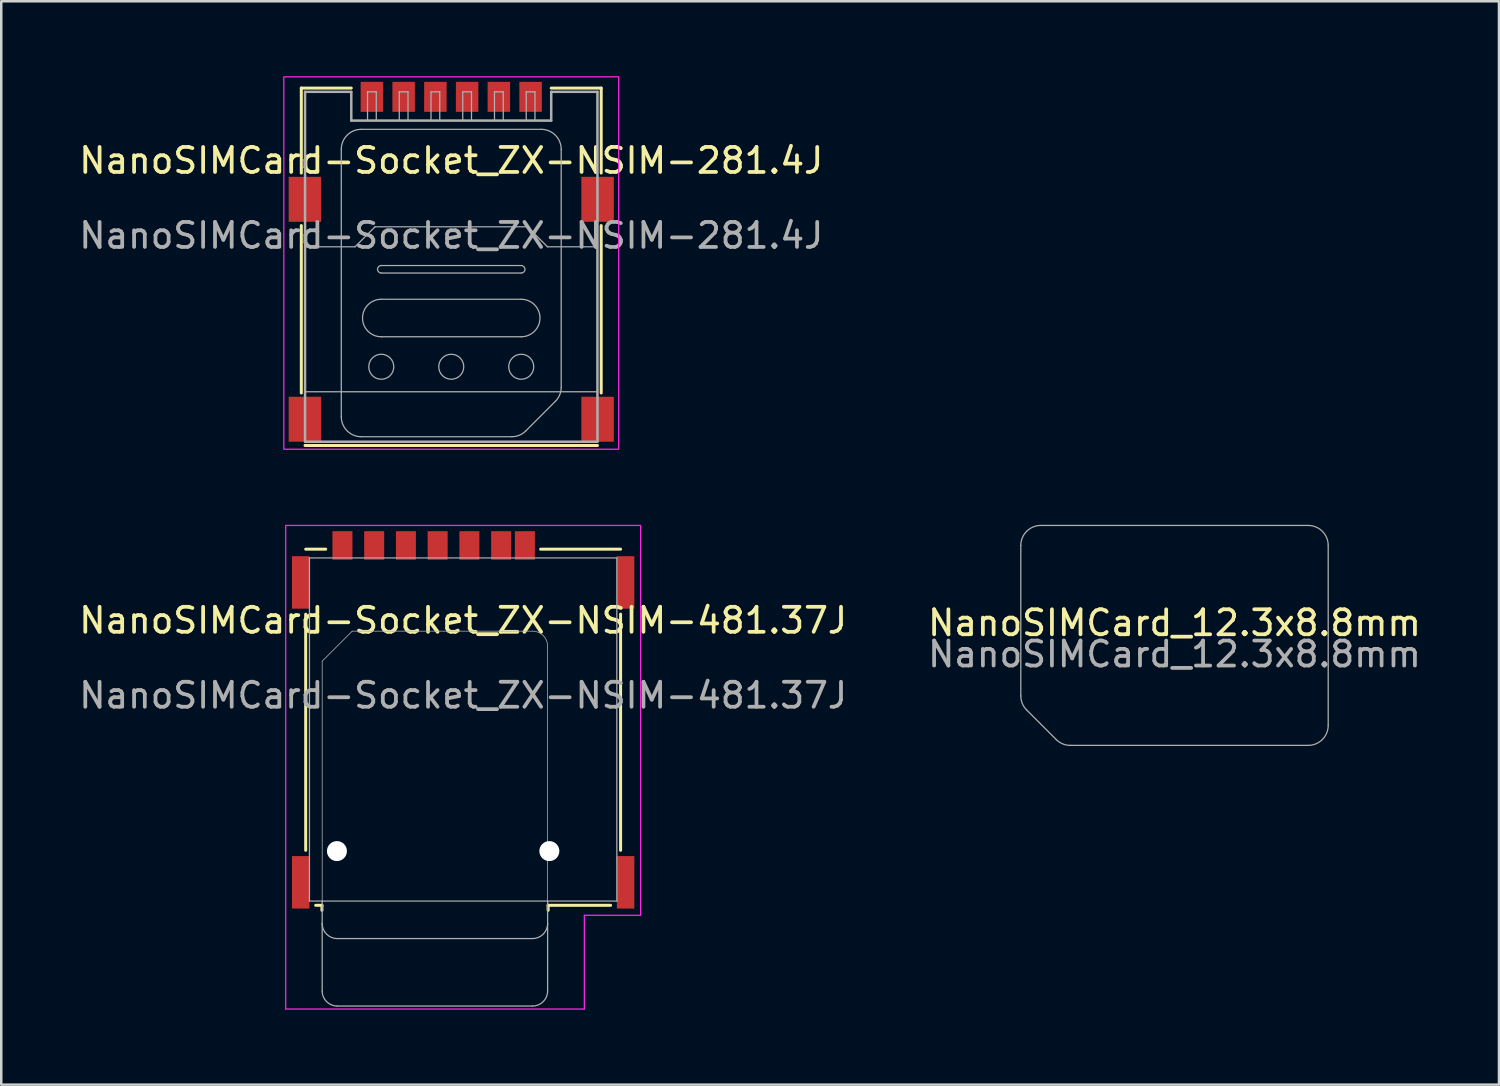
<source format=kicad_pcb>
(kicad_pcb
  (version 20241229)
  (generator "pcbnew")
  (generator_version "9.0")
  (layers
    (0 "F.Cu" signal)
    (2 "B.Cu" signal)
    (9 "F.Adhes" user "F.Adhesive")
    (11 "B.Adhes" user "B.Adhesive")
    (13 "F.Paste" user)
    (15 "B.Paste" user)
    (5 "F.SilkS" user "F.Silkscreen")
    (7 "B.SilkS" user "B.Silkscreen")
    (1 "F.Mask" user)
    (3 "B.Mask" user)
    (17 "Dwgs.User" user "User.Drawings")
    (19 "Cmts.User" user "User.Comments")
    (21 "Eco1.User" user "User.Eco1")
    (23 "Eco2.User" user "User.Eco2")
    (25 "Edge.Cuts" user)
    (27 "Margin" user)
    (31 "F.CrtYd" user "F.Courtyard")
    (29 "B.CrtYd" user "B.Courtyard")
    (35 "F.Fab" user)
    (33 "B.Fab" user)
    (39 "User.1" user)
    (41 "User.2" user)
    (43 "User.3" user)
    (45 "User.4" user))
  (footprint "NanoSIMCard_12.3x8.8mm"
    (layer "F.Cu")
    (at 43.946 22.375)
    (property "Reference" "NanoSIMCard_12.3x8.8mm" (at 0 -0.5 0) (unlocked yes) (layer "F.SilkS") (effects (font (size 1 1) (thickness 0.15))))
    (attr smd)
    (fp_line (start -6.15 -3.6) (end -6.15 2.423) (stroke (width 0.05) (type solid)) (layer "F.Fab"))
    (fp_line (start -4.73 4.17) (end -5.917 2.983) (stroke (width 0.05) (type solid)) (layer "F.Fab"))
    (fp_line (start -4.173 4.4) (end 5.35 4.4) (stroke (width 0.05) (type solid)) (layer "F.Fab"))
    (fp_line (start 5.35 -4.4) (end -5.35 -4.4) (stroke (width 0.05) (type solid)) (layer "F.Fab"))
    (fp_line (start 6.15 3.6) (end 6.15 -3.6) (stroke (width 0.05) (type solid)) (layer "F.Fab"))
    (fp_arc (start -6.15 -3.6) (mid -5.915685 -4.165685) (end -5.35 -4.4) (stroke (width 0.05) (type solid)) (layer "F.Fab"))
    (fp_arc (start -5.916999 2.982999) (mid -6.089429 2.726147) (end -6.150002 2.422772) (stroke (width 0.05) (type solid)) (layer "F.Fab"))
    (fp_arc (start -4.172772 4.400001) (mid -4.474187 4.34024) (end -4.729999 4.169999) (stroke (width 0.05) (type solid)) (layer "F.Fab"))
    (fp_arc (start 5.35 -4.4) (mid 5.915685 -4.165685) (end 6.15 -3.6) (stroke (width 0.05) (type solid)) (layer "F.Fab"))
    (fp_arc (start 6.15 3.6) (mid 5.915685 4.165685) (end 5.35 4.4) (stroke (width 0.05) (type solid)) (layer "F.Fab"))
    (fp_text user "${REFERENCE}" (at 0 0.75 0) (unlocked yes) (layer "F.Fab") (effects (font (size 1 1) (thickness 0.15)))))
  (footprint "NanoSIMCard-Socket_ZX-NSIM-481.37J"
    (layer "F.Cu")
    (at 15.482 18.775)
    (property "Reference" "NanoSIMCard-Socket_ZX-NSIM-481.37J" (at 0 3 0) (unlocked yes) (layer "F.SilkS") (effects (font (size 1 1) (thickness 0.15))))
    (attr smd)
    (fp_line (start -6.3 0.15) (end -5.5 0.15) (stroke (width 0.12) (type solid)) (layer "F.SilkS"))
    (fp_line (start -6.3 2.75) (end -6.3 12.2) (stroke (width 0.12) (type solid)) (layer "F.SilkS"))
    (fp_line (start -5.9 14.4) (end -5.65 14.4) (stroke (width 0.12) (type solid)) (layer "F.SilkS"))
    (fp_line (start -5.65 14.4) (end -5.65 14.6) (stroke (width 0.12) (type solid)) (layer "F.SilkS"))
    (fp_line (start 3.1 0.15) (end 6.3 0.15) (stroke (width 0.12) (type solid)) (layer "F.SilkS"))
    (fp_line (start 3.4 14.4) (end 3.4 14.6) (stroke (width 0.12) (type solid)) (layer "F.SilkS"))
    (fp_line (start 3.4 14.4) (end 5.9 14.4) (stroke (width 0.12) (type solid)) (layer "F.SilkS"))
    (fp_line (start 6.3 2.75) (end 6.3 12.2) (stroke (width 0.12) (type solid)) (layer "F.SilkS"))
    (fp_line (start -7.1 -0.8) (end 7.1 -0.8) (stroke (width 0.05) (type solid)) (layer "F.CrtYd"))
    (fp_line (start -7.1 18.55) (end -7.1 -0.8) (stroke (width 0.05) (type solid)) (layer "F.CrtYd"))
    (fp_line (start 4.85 14.8) (end 4.85 18.55) (stroke (width 0.05) (type solid)) (layer "F.CrtYd"))
    (fp_line (start 4.85 18.55) (end -7.1 18.55) (stroke (width 0.05) (type solid)) (layer "F.CrtYd"))
    (fp_line (start 7.1 -0.8) (end 7.1 14.8) (stroke (width 0.05) (type solid)) (layer "F.CrtYd"))
    (fp_line (start 7.1 14.8) (end 4.85 14.8) (stroke (width 0.05) (type solid)) (layer "F.CrtYd"))
    (fp_line (start -6.15 0.5) (end -6.15 14.23) (stroke (width 0.05) (type solid)) (layer "F.Fab"))
    (fp_line (start -6.15 0.5) (end 6.15 0.5) (stroke (width 0.05) (type solid)) (layer "F.Fab"))
    (fp_line (start -6.15 14.23) (end 6.15 14.23) (stroke (width 0.05) (type solid)) (layer "F.Fab"))
    (fp_line (start -5.64 4.63) (end -5.64 14.23) (stroke (width 0.03) (type solid)) (layer "F.Fab"))
    (fp_line (start -5.64 4.63) (end -4.44 3.43) (stroke (width 0.03) (type solid)) (layer "F.Fab"))
    (fp_line (start -5.64 15.13) (end -5.64 14.23) (stroke (width 0.05) (type solid)) (layer "F.Fab"))
    (fp_line (start -5.64 17.83) (end -5.64 15.13) (stroke (width 0.05) (type solid)) (layer "F.Fab"))
    (fp_line (start -5.04 15.73) (end 2.78 15.73) (stroke (width 0.05) (type solid)) (layer "F.Fab"))
    (fp_line (start -5.04 18.43) (end 2.78 18.43) (stroke (width 0.05) (type solid)) (layer "F.Fab"))
    (fp_line (start 2.78 3.43) (end -4.44 3.43) (stroke (width 0.03) (type solid)) (layer "F.Fab"))
    (fp_line (start 3.38 4.03) (end 3.38 14.23) (stroke (width 0.03) (type solid)) (layer "F.Fab"))
    (fp_line (start 3.38 15.13) (end 3.38 14.23) (stroke (width 0.05) (type solid)) (layer "F.Fab"))
    (fp_line (start 3.38 17.83) (end 3.38 15.13) (stroke (width 0.05) (type solid)) (layer "F.Fab"))
    (fp_line (start 6.15 0.5) (end 6.15 14.23) (stroke (width 0.05) (type solid)) (layer "F.Fab"))
    (fp_arc (start -5.04 15.73) (mid -5.464264 15.554264) (end -5.64 15.13) (stroke (width 0.05) (type solid)) (layer "F.Fab"))
    (fp_arc (start -5.04 18.43) (mid -5.464264 18.254264) (end -5.64 17.83) (stroke (width 0.05) (type solid)) (layer "F.Fab"))
    (fp_arc (start 2.78 3.43) (mid 3.204263 3.605737) (end 3.38 4.03) (stroke (width 0.03) (type solid)) (layer "F.Fab"))
    (fp_arc (start 3.38 15.13) (mid 3.204264 15.554264) (end 2.78 15.73) (stroke (width 0.05) (type solid)) (layer "F.Fab"))
    (fp_arc (start 3.38 17.83) (mid 3.204264 18.254264) (end 2.78 18.43) (stroke (width 0.05) (type solid)) (layer "F.Fab"))
    (fp_text user "${REFERENCE}" (at 0 6 0) (unlocked yes) (layer "F.Fab") (effects (font (size 1 1) (thickness 0.15))))
    (pad "" smd rect (at -6.5 1.48) (size 0.7 2.1) (layers "F.Cu" "F.Mask" "F.Paste"))
    (pad "" smd rect (at -6.5 13.48) (size 0.7 2.1) (layers "F.Cu" "F.Mask" "F.Paste"))
    (pad "" np_thru_hole circle (at -5.05 12.23) (size 0.8 0.8) (drill 0.8) (layers "*.Cu" "*.Mask"))
    (pad "" smd rect (at 2.47 0) (size 0.8 1.14) (layers "F.Cu" "F.Mask" "F.Paste"))
    (pad "" np_thru_hole circle (at 3.45 12.23) (size 0.8 0.8) (drill 0.8) (layers "*.Cu" "*.Mask"))
    (pad "" smd rect (at 6.5 1.48) (size 0.7 2.1) (layers "F.Cu" "F.Mask" "F.Paste"))
    (pad "" smd rect (at 6.5 13.48) (size 0.7 2.1) (layers "F.Cu" "F.Mask" "F.Paste"))
    (pad "1" smd rect (at 0.25 0) (size 0.8 1.14) (layers "F.Cu" "F.Mask" "F.Paste"))
    (pad "2" smd rect (at -2.29 0) (size 0.8 1.14) (layers "F.Cu" "F.Mask" "F.Paste"))
    (pad "3" smd rect (at -4.83 0) (size 0.8 1.14) (layers "F.Cu" "F.Mask" "F.Paste"))
    (pad "5" smd rect (at 1.52 0) (size 0.8 1.14) (layers "F.Cu" "F.Mask" "F.Paste"))
    (pad "6" smd rect (at -1.02 0) (size 0.8 1.14) (layers "F.Cu" "F.Mask" "F.Paste"))
    (pad "7" smd rect (at -3.56 0) (size 0.8 1.14) (layers "F.Cu" "F.Mask" "F.Paste"))
    (zone (net_name "") (layer "F.Cu") (hatch full 0.508) (connect_pads) (min_thickness 0.254) (filled_areas_thickness no) (keepout (tracks not_allowed) (vias not_allowed) (pads not_allowed) (copperpour not_allowed) (footprints not_allowed)) (placement (enabled no)) (fill) (polygon (pts (xy 12.422 26.71) (xy 11.122 26.71) (xy 11.122 23.96) (xy 12.422 23.96))))
    (zone (net_name "") (layer "F.Cu") (hatch full 0.508) (connect_pads) (min_thickness 0.254) (filled_areas_thickness no) (keepout (tracks not_allowed) (vias not_allowed) (pads not_allowed) (copperpour not_allowed) (footprints not_allowed)) (placement (enabled no)) (fill) (polygon (pts (xy 12.687 32.815) (xy 10.837 32.815) (xy 10.837 29.315) (xy 12.687 29.315))))
    (zone (net_name "") (layer "F.Cu") (hatch full 0.508) (connect_pads) (min_thickness 0.254) (filled_areas_thickness no) (keepout (tracks not_allowed) (vias not_allowed) (pads not_allowed) (copperpour not_allowed) (footprints not_allowed)) (placement (enabled no)) (fill) (polygon (pts (xy 14.962 26.71) (xy 13.662 26.71) (xy 13.662 23.96) (xy 14.962 23.96))))
    (zone (net_name "") (layer "F.Cu") (hatch full 0.508) (connect_pads) (min_thickness 0.254) (filled_areas_thickness no) (keepout (tracks not_allowed) (vias not_allowed) (pads not_allowed) (copperpour not_allowed) (footprints not_allowed)) (placement (enabled no)) (fill) (polygon (pts (xy 15.187 32.815) (xy 13.337 32.815) (xy 13.337 29.315) (xy 15.187 29.315))))
    (zone (net_name "") (layer "F.Cu") (hatch full 0.508) (connect_pads) (min_thickness 0.254) (filled_areas_thickness no) (keepout (tracks not_allowed) (vias not_allowed) (pads not_allowed) (copperpour not_allowed) (footprints not_allowed)) (placement (enabled no)) (fill) (polygon (pts (xy 17.502 26.71) (xy 16.202 26.71) (xy 16.202 23.96) (xy 17.502 23.96))))
    (zone (net_name "") (layer "F.Cu") (hatch full 0.508) (connect_pads) (min_thickness 0.254) (filled_areas_thickness no) (keepout (tracks not_allowed) (vias not_allowed) (pads not_allowed) (copperpour not_allowed) (footprints not_allowed)) (placement (enabled no)) (fill) (polygon (pts (xy 17.687 32.815) (xy 15.837 32.815) (xy 15.837 29.315) (xy 17.687 29.315)))))
  (footprint "NanoSIMCard-Socket_ZX-NSIM-281.4J"
    (layer "F.Cu")
    (at 15.006 0.825)
    (property "Reference" "NanoSIMCard-Socket_ZX-NSIM-281.4J" (at 0 2.55 0) (unlocked yes) (layer "F.SilkS") (effects (font (size 1 1) (thickness 0.15))))
    (attr smd)
    (fp_line (start -6 -0.35) (end -4 -0.35) (stroke (width 0.12) (type solid)) (layer "F.SilkS"))
    (fp_line (start -6 3.05) (end -6 -0.35) (stroke (width 0.12) (type solid)) (layer "F.SilkS"))
    (fp_line (start -6 11.85) (end -6 5.15) (stroke (width 0.12) (type solid)) (layer "F.SilkS"))
    (fp_line (start -5.85 13.95) (end 5.85 13.95) (stroke (width 0.12) (type solid)) (layer "F.SilkS"))
    (fp_line (start 6 -0.35) (end 4 -0.35) (stroke (width 0.12) (type solid)) (layer "F.SilkS"))
    (fp_line (start 6 3.05) (end 6 -0.35) (stroke (width 0.12) (type solid)) (layer "F.SilkS"))
    (fp_line (start 6 11.85) (end 6 5.15) (stroke (width 0.12) (type solid)) (layer "F.SilkS"))
    (fp_rect (start -6.7 -0.8) (end 6.7 14.1) (stroke (width 0.05) (type solid)) (fill no) (layer "F.CrtYd"))
    (fp_line (start -5.85 -0.2) (end -5.85 13.8) (stroke (width 0.1) (type solid)) (layer "F.Fab"))
    (fp_line (start -5.85 -0.2) (end -4 -0.2) (stroke (width 0.1) (type solid)) (layer "F.Fab"))
    (fp_line (start -5.85 6) (end -3.85 6) (stroke (width 0.05) (type solid)) (layer "F.Fab"))
    (fp_line (start -5.85 11.8) (end 5.85 11.8) (stroke (width 0.05) (type solid)) (layer "F.Fab"))
    (fp_line (start -5.85 13.8) (end 5.85 13.8) (stroke (width 0.1) (type solid)) (layer "F.Fab"))
    (fp_line (start -4.4 2.1) (end -4.4 12.8) (stroke (width 0.05) (type solid)) (layer "F.Fab"))
    (fp_line (start -4 -0.2) (end -4 0.95) (stroke (width 0.1) (type solid)) (layer "F.Fab"))
    (fp_line (start -3.85 6) (end -3.05 5.2) (stroke (width 0.05) (type solid)) (layer "F.Fab"))
    (fp_line (start -3.6 13.6) (end 2.423 13.6) (stroke (width 0.05) (type solid)) (layer "F.Fab"))
    (fp_line (start -3.35 -0.2) (end -3 -0.2) (stroke (width 0.05) (type solid)) (layer "F.Fab"))
    (fp_line (start -3.35 0.95) (end -3.35 -0.2) (stroke (width 0.05) (type solid)) (layer "F.Fab"))
    (fp_line (start -3.05 5.2) (end 3.05 5.2) (stroke (width 0.05) (type solid)) (layer "F.Fab"))
    (fp_line (start -3 -0.2) (end -3 0.95) (stroke (width 0.05) (type solid)) (layer "F.Fab"))
    (fp_line (start -2.8 6.75) (end 2.8 6.75) (stroke (width 0.05) (type solid)) (layer "F.Fab"))
    (fp_line (start -2.8 7.05) (end 2.8 7.05) (stroke (width 0.05) (type solid)) (layer "F.Fab"))
    (fp_line (start -2.8 8.1) (end 2.8 8.1) (stroke (width 0.05) (type solid)) (layer "F.Fab"))
    (fp_line (start -2.8 9.6) (end 2.8 9.6) (stroke (width 0.05) (type solid)) (layer "F.Fab"))
    (fp_line (start -2.08 -0.2) (end -1.73 -0.2) (stroke (width 0.05) (type solid)) (layer "F.Fab"))
    (fp_line (start -2.08 0.95) (end -2.08 -0.2) (stroke (width 0.05) (type solid)) (layer "F.Fab"))
    (fp_line (start -1.73 -0.2) (end -1.73 0.95) (stroke (width 0.05) (type solid)) (layer "F.Fab"))
    (fp_line (start -0.81 -0.2) (end -0.46 -0.2) (stroke (width 0.05) (type solid)) (layer "F.Fab"))
    (fp_line (start -0.81 0.95) (end -0.81 -0.2) (stroke (width 0.05) (type solid)) (layer "F.Fab"))
    (fp_line (start -0.46 -0.2) (end -0.46 0.95) (stroke (width 0.05) (type solid)) (layer "F.Fab"))
    (fp_line (start 0.46 -0.2) (end 0.81 -0.2) (stroke (width 0.05) (type solid)) (layer "F.Fab"))
    (fp_line (start 0.46 0.95) (end 0.46 -0.2) (stroke (width 0.05) (type solid)) (layer "F.Fab"))
    (fp_line (start 0.81 -0.2) (end 0.81 0.95) (stroke (width 0.05) (type solid)) (layer "F.Fab"))
    (fp_line (start 1.73 -0.2) (end 2.08 -0.2) (stroke (width 0.05) (type solid)) (layer "F.Fab"))
    (fp_line (start 1.73 0.95) (end 1.73 -0.2) (stroke (width 0.05) (type solid)) (layer "F.Fab"))
    (fp_line (start 2.08 -0.2) (end 2.08 0.95) (stroke (width 0.05) (type solid)) (layer "F.Fab"))
    (fp_line (start 3 -0.2) (end 3.35 -0.2) (stroke (width 0.05) (type solid)) (layer "F.Fab"))
    (fp_line (start 3 0.95) (end 3 -0.2) (stroke (width 0.05) (type solid)) (layer "F.Fab"))
    (fp_line (start 3.35 -0.2) (end 3.35 0.95) (stroke (width 0.05) (type solid)) (layer "F.Fab"))
    (fp_line (start 3.6 1.3) (end -3.6 1.3) (stroke (width 0.05) (type solid)) (layer "F.Fab"))
    (fp_line (start 3.85 6) (end 3.05 5.2) (stroke (width 0.05) (type solid)) (layer "F.Fab"))
    (fp_line (start 4 -0.2) (end 4 0.95) (stroke (width 0.1) (type solid)) (layer "F.Fab"))
    (fp_line (start 4 0.95) (end -4 0.95) (stroke (width 0.1) (type solid)) (layer "F.Fab"))
    (fp_line (start 4.17 12.18) (end 2.983 13.367) (stroke (width 0.05) (type solid)) (layer "F.Fab"))
    (fp_line (start 4.4 11.623) (end 4.4 2.1) (stroke (width 0.05) (type solid)) (layer "F.Fab"))
    (fp_line (start 5.85 -0.2) (end 4 -0.2) (stroke (width 0.1) (type solid)) (layer "F.Fab"))
    (fp_line (start 5.85 6) (end 3.85 6) (stroke (width 0.05) (type solid)) (layer "F.Fab"))
    (fp_line (start 5.85 13.8) (end 5.85 -0.2) (stroke (width 0.1) (type solid)) (layer "F.Fab"))
    (fp_arc (start -4.4 2.099999) (mid -4.165685 1.534314) (end -3.6 1.299999) (stroke (width 0.05) (type solid)) (layer "F.Fab"))
    (fp_arc (start -3.6 13.599999) (mid -4.165685 13.365684) (end -4.4 12.799999) (stroke (width 0.05) (type solid)) (layer "F.Fab"))
    (fp_arc (start -2.8 7.05) (mid -2.95 6.9) (end -2.8 6.75) (stroke (width 0.05) (type solid)) (layer "F.Fab"))
    (fp_arc (start -2.8 9.6) (mid -3.55 8.85) (end -2.8 8.1) (stroke (width 0.05) (type solid)) (layer "F.Fab"))
    (fp_arc (start 2.8 6.75) (mid 2.95 6.9) (end 2.8 7.05) (stroke (width 0.05) (type solid)) (layer "F.Fab"))
    (fp_arc (start 2.8 8.1) (mid 3.55 8.85) (end 2.8 9.6) (stroke (width 0.05) (type solid)) (layer "F.Fab"))
    (fp_arc (start 2.982999 13.366998) (mid 2.726147 13.539428) (end 2.422772 13.600001) (stroke (width 0.05) (type solid)) (layer "F.Fab"))
    (fp_arc (start 3.6 1.299999) (mid 4.165685 1.534314) (end 4.4 2.099999) (stroke (width 0.05) (type solid)) (layer "F.Fab"))
    (fp_arc (start 4.400001 11.622771) (mid 4.34024 11.924186) (end 4.169999 12.179998) (stroke (width 0.05) (type solid)) (layer "F.Fab"))
    (fp_circle (center -2.8 10.8) (end -2.3 10.8) (stroke (width 0.05) (type solid)) (fill no) (layer "F.Fab"))
    (fp_circle (center 0 10.8) (end 0.5 10.8) (stroke (width 0.05) (type solid)) (fill no) (layer "F.Fab"))
    (fp_circle (center 2.8 10.8) (end 3.3 10.8) (stroke (width 0.05) (type solid)) (fill no) (layer "F.Fab"))
    (fp_text user "${REFERENCE}" (at 0 5.55 0) (unlocked yes) (layer "F.Fab") (effects (font (size 1 1) (thickness 0.15))))
    (pad "" smd rect (at -5.855 4.1) (size 1.3 1.8) (layers "F.Cu" "F.Mask" "F.Paste"))
    (pad "" smd rect (at -5.855 12.9) (size 1.3 1.8) (layers "F.Cu" "F.Mask" "F.Paste"))
    (pad "" smd rect (at 5.855 4.1) (size 1.3 1.8) (layers "F.Cu" "F.Mask" "F.Paste"))
    (pad "" smd rect (at 5.855 12.9) (size 1.3 1.8) (layers "F.Cu" "F.Mask" "F.Paste"))
    (pad "1" smd rect (at -3.175 0) (size 0.9 1.2) (layers "F.Cu" "F.Mask" "F.Paste"))
    (pad "2" smd rect (at -0.635 0) (size 0.9 1.2) (layers "F.Cu" "F.Mask" "F.Paste"))
    (pad "3" smd rect (at 1.905 0) (size 0.9 1.2) (layers "F.Cu" "F.Mask" "F.Paste"))
    (pad "5" smd rect (at -1.905 0) (size 0.9 1.2) (layers "F.Cu" "F.Mask" "F.Paste"))
    (pad "6" smd rect (at 0.635 0) (size 0.9 1.2) (layers "F.Cu" "F.Mask" "F.Paste"))
    (pad "7" smd rect (at 3.175 0) (size 0.9 1.2) (layers "F.Cu" "F.Mask" "F.Paste")))
  (gr_rect
    (start -3 -3)
    (end 56.929 40.35)
    (stroke (width 0.1) (type default))
    (fill no)
    (layer "Edge.Cuts")))
</source>
